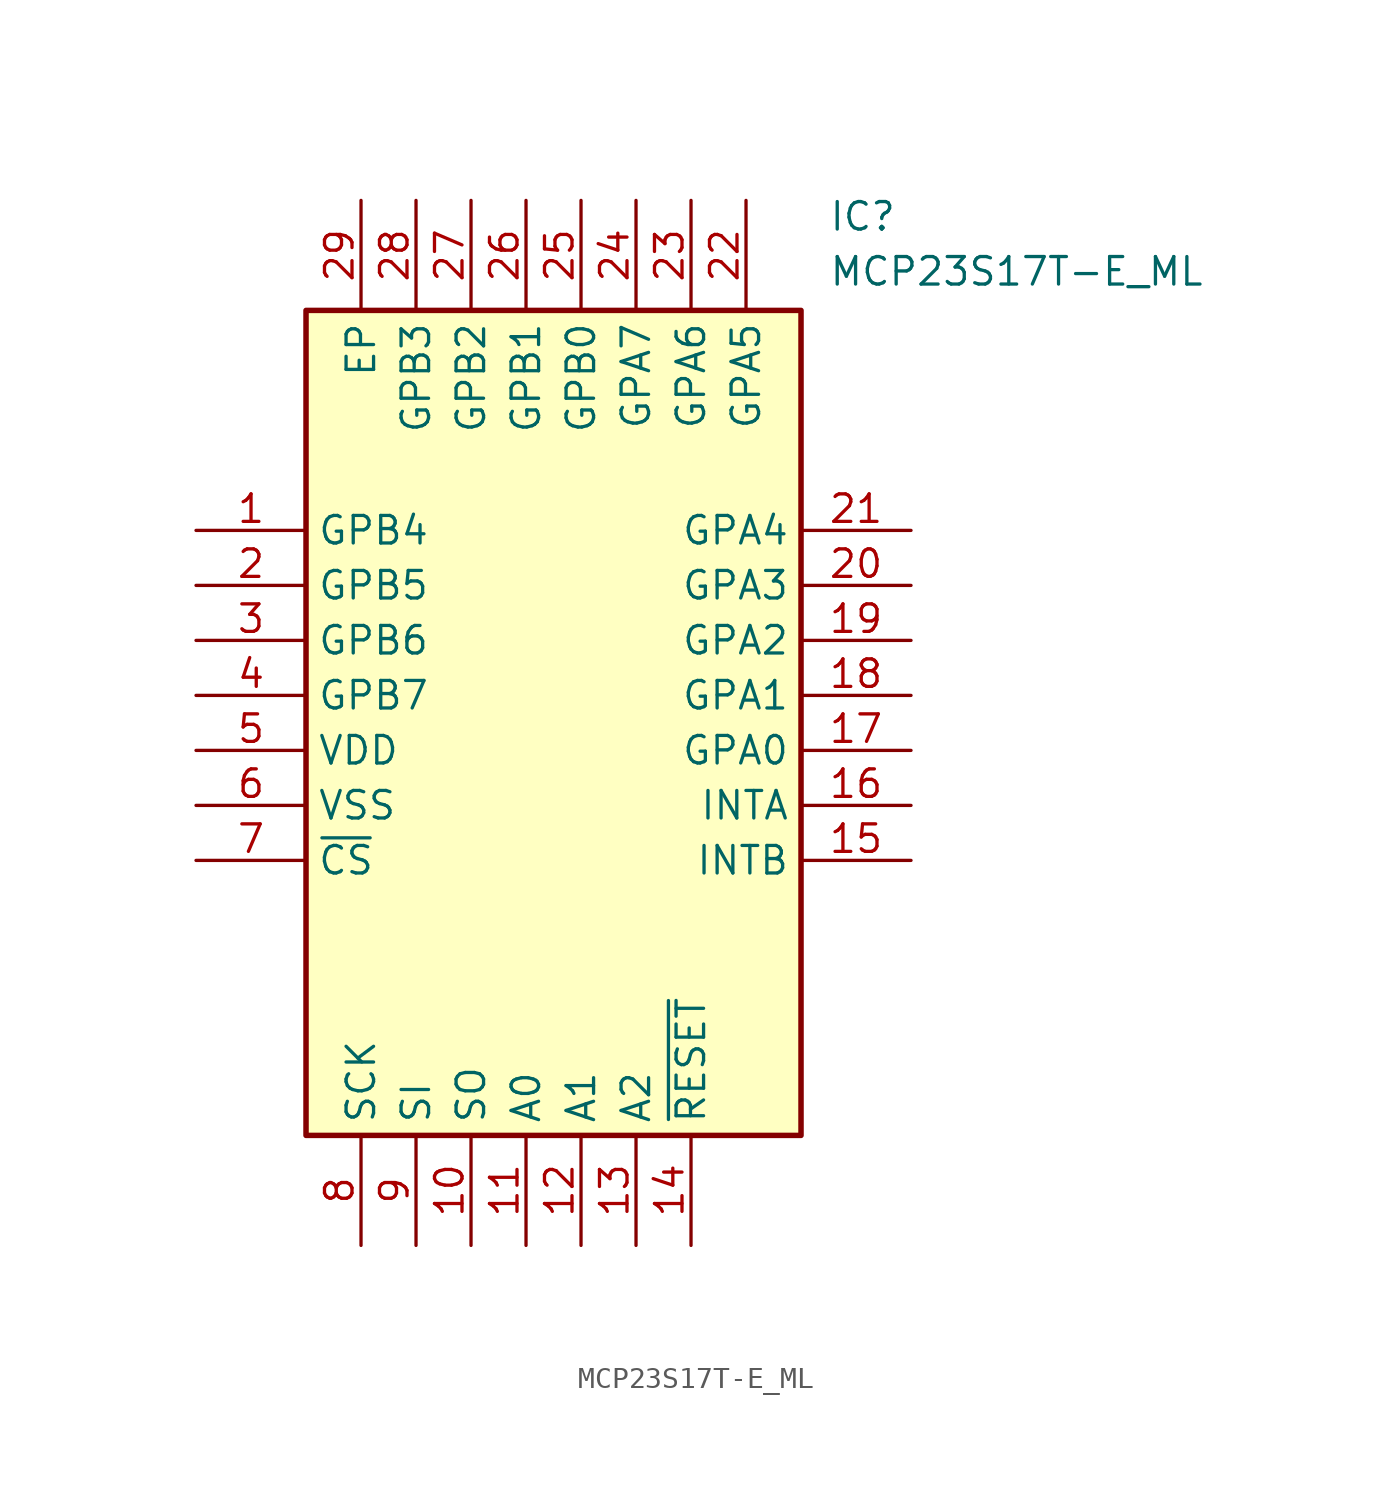
<source format=kicad_sym>
(kicad_symbol_lib
  (version 20220914)
  (generator kicad_symbol_editor)
  (symbol "MCP23S17T-E_ML"
    (property "Reference" "IC"
      (at 29.21 15.24 0)
      (effects (font (size 1.27 1.27)) (justify left top)))
    (property "Value" "MCP23S17T-E_ML"
      (at 29.21 12.7 0)
      (effects (font (size 1.27 1.27)) (justify left top)))
    (rectangle
      (start 5.08 10.16)
      (end 27.94 -27.94)
      (stroke (width 0.254) (type default))
      (fill (type background)))
    (pin passive line
      (at 0 0 0)
      (length 5.08)
      (name "GPB4" (effects (font (size 1.27 1.27))))
      (number "1" (effects (font (size 1.27 1.27)))))
    (pin passive line
      (at 0 -2.54 0)
      (length 5.08)
      (name "GPB5" (effects (font (size 1.27 1.27))))
      (number "2" (effects (font (size 1.27 1.27)))))
    (pin passive line
      (at 0 -5.08 0)
      (length 5.08)
      (name "GPB6" (effects (font (size 1.27 1.27))))
      (number "3" (effects (font (size 1.27 1.27)))))
    (pin passive line
      (at 0 -7.62 0)
      (length 5.08)
      (name "GPB7" (effects (font (size 1.27 1.27))))
      (number "4" (effects (font (size 1.27 1.27)))))
    (pin passive line
      (at 0 -10.16 0)
      (length 5.08)
      (name "VDD" (effects (font (size 1.27 1.27))))
      (number "5" (effects (font (size 1.27 1.27)))))
    (pin passive line
      (at 0 -12.7 0)
      (length 5.08)
      (name "VSS" (effects (font (size 1.27 1.27))))
      (number "6" (effects (font (size 1.27 1.27)))))
    (pin passive line
      (at 0 -15.24 0)
      (length 5.08)
      (name "~{CS}" (effects (font (size 1.27 1.27))))
      (number "7" (effects (font (size 1.27 1.27)))))
    (pin passive line
      (at 7.62 -33.02 90)
      (length 5.08)
      (name "SCK" (effects (font (size 1.27 1.27))))
      (number "8" (effects (font (size 1.27 1.27)))))
    (pin passive line
      (at 10.16 -33.02 90)
      (length 5.08)
      (name "SI" (effects (font (size 1.27 1.27))))
      (number "9" (effects (font (size 1.27 1.27)))))
    (pin passive line
      (at 12.7 -33.02 90)
      (length 5.08)
      (name "SO" (effects (font (size 1.27 1.27))))
      (number "10" (effects (font (size 1.27 1.27)))))
    (pin passive line
      (at 15.24 -33.02 90)
      (length 5.08)
      (name "A0" (effects (font (size 1.27 1.27))))
      (number "11" (effects (font (size 1.27 1.27)))))
    (pin passive line
      (at 17.78 -33.02 90)
      (length 5.08)
      (name "A1" (effects (font (size 1.27 1.27))))
      (number "12" (effects (font (size 1.27 1.27)))))
    (pin passive line
      (at 20.32 -33.02 90)
      (length 5.08)
      (name "A2" (effects (font (size 1.27 1.27))))
      (number "13" (effects (font (size 1.27 1.27)))))
    (pin passive line
      (at 22.86 -33.02 90)
      (length 5.08)
      (name "~{RESET}" (effects (font (size 1.27 1.27))))
      (number "14" (effects (font (size 1.27 1.27)))))
    (pin passive line
      (at 33.02 0 180)
      (length 5.08)
      (name "GPA4" (effects (font (size 1.27 1.27))))
      (number "21" (effects (font (size 1.27 1.27)))))
    (pin passive line
      (at 33.02 -2.54 180)
      (length 5.08)
      (name "GPA3" (effects (font (size 1.27 1.27))))
      (number "20" (effects (font (size 1.27 1.27)))))
    (pin passive line
      (at 33.02 -5.08 180)
      (length 5.08)
      (name "GPA2" (effects (font (size 1.27 1.27))))
      (number "19" (effects (font (size 1.27 1.27)))))
    (pin passive line
      (at 33.02 -7.62 180)
      (length 5.08)
      (name "GPA1" (effects (font (size 1.27 1.27))))
      (number "18" (effects (font (size 1.27 1.27)))))
    (pin passive line
      (at 33.02 -10.16 180)
      (length 5.08)
      (name "GPA0" (effects (font (size 1.27 1.27))))
      (number "17" (effects (font (size 1.27 1.27)))))
    (pin passive line
      (at 33.02 -12.7 180)
      (length 5.08)
      (name "INTA" (effects (font (size 1.27 1.27))))
      (number "16" (effects (font (size 1.27 1.27)))))
    (pin passive line
      (at 33.02 -15.24 180)
      (length 5.08)
      (name "INTB" (effects (font (size 1.27 1.27))))
      (number "15" (effects (font (size 1.27 1.27)))))
    (pin passive line
      (at 7.62 15.24 270)
      (length 5.08)
      (name "EP" (effects (font (size 1.27 1.27))))
      (number "29" (effects (font (size 1.27 1.27)))))
    (pin passive line
      (at 10.16 15.24 270)
      (length 5.08)
      (name "GPB3" (effects (font (size 1.27 1.27))))
      (number "28" (effects (font (size 1.27 1.27)))))
    (pin passive line
      (at 12.7 15.24 270)
      (length 5.08)
      (name "GPB2" (effects (font (size 1.27 1.27))))
      (number "27" (effects (font (size 1.27 1.27)))))
    (pin passive line
      (at 15.24 15.24 270)
      (length 5.08)
      (name "GPB1" (effects (font (size 1.27 1.27))))
      (number "26" (effects (font (size 1.27 1.27)))))
    (pin passive line
      (at 17.78 15.24 270)
      (length 5.08)
      (name "GPB0" (effects (font (size 1.27 1.27))))
      (number "25" (effects (font (size 1.27 1.27)))))
    (pin passive line
      (at 20.32 15.24 270)
      (length 5.08)
      (name "GPA7" (effects (font (size 1.27 1.27))))
      (number "24" (effects (font (size 1.27 1.27)))))
    (pin passive line
      (at 22.86 15.24 270)
      (length 5.08)
      (name "GPA6" (effects (font (size 1.27 1.27))))
      (number "23" (effects (font (size 1.27 1.27)))))
    (pin passive line
      (at 25.4 15.24 270)
      (length 5.08)
      (name "GPA5" (effects (font (size 1.27 1.27))))
      (number "22" (effects (font (size 1.27 1.27)))))))
</source>
